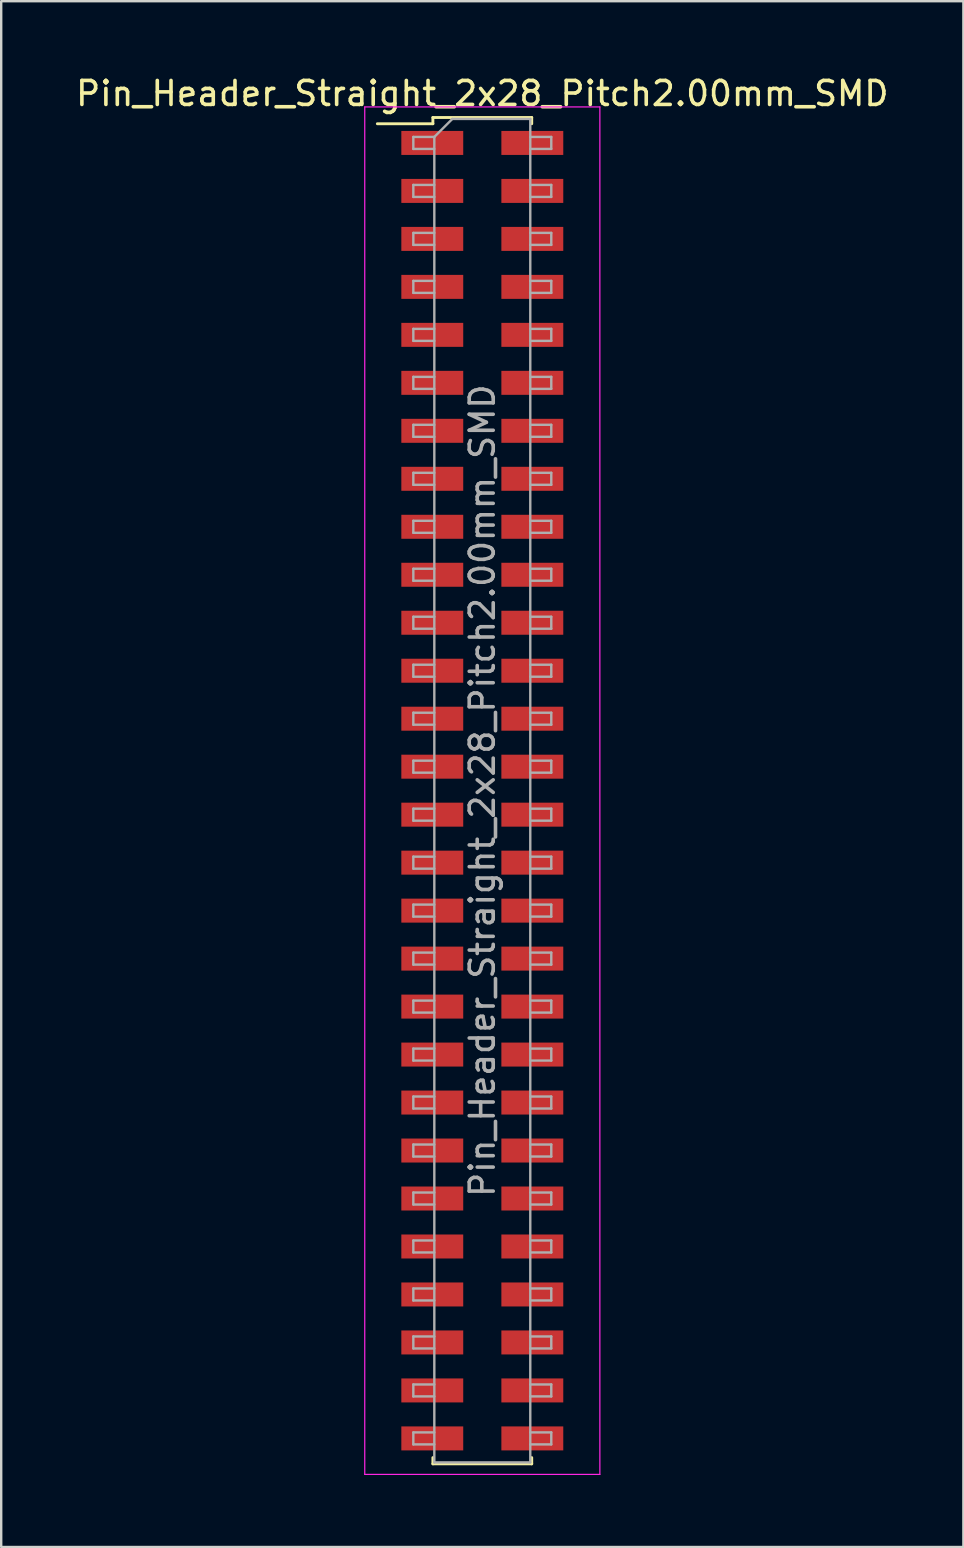
<source format=kicad_pcb>
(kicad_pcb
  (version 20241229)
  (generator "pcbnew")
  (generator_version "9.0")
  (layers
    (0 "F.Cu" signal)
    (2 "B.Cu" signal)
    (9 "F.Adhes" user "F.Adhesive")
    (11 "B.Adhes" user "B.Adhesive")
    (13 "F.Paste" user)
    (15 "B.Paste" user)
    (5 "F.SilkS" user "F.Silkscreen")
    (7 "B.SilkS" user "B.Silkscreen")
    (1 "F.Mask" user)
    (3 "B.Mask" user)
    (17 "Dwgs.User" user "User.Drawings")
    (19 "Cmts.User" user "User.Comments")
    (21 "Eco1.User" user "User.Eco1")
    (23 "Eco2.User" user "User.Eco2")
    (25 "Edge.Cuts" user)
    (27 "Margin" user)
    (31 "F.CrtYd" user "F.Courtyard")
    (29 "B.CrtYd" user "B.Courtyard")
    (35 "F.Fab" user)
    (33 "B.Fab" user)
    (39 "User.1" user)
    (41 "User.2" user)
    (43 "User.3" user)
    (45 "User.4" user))
  (footprint "Pin_Header_Straight_2x28_Pitch2.00mm_SMD"
    (layer "F.Cu")
    (at 17.054 29.908)
    (property "Reference" "Pin_Header_Straight_2x28_Pitch2.00mm_SMD" (at 0 -29.06 0) (layer "F.SilkS") (effects (font (size 1 1) (thickness 0.15))))
    (attr smd)
    (fp_line (start -4.375 -27.8) (end -2.06 -27.8) (stroke (width 0.12) (type solid)) (layer "F.SilkS"))
    (fp_line (start -2.06 -28.06) (end 2.06 -28.06) (stroke (width 0.12) (type solid)) (layer "F.SilkS"))
    (fp_line (start -2.06 -27.8) (end -2.06 -28.06) (stroke (width 0.12) (type solid)) (layer "F.SilkS"))
    (fp_line (start -2.06 27.8) (end -2.06 28.06) (stroke (width 0.12) (type solid)) (layer "F.SilkS"))
    (fp_line (start -2.06 28.06) (end 2.06 28.06) (stroke (width 0.12) (type solid)) (layer "F.SilkS"))
    (fp_line (start 2.06 -28.06) (end 2.06 -27.8) (stroke (width 0.12) (type solid)) (layer "F.SilkS"))
    (fp_line (start 2.06 28.06) (end 2.06 27.8) (stroke (width 0.12) (type solid)) (layer "F.SilkS"))
    (fp_line (start -4.9 -28.5) (end -4.9 28.5) (stroke (width 0.05) (type solid)) (layer "F.CrtYd"))
    (fp_line (start -4.9 28.5) (end 4.9 28.5) (stroke (width 0.05) (type solid)) (layer "F.CrtYd"))
    (fp_line (start 4.9 -28.5) (end -4.9 -28.5) (stroke (width 0.05) (type solid)) (layer "F.CrtYd"))
    (fp_line (start 4.9 28.5) (end 4.9 -28.5) (stroke (width 0.05) (type solid)) (layer "F.CrtYd"))
    (fp_line (start -2.875 -27.25) (end -2.875 -26.75) (stroke (width 0.1) (type solid)) (layer "F.Fab"))
    (fp_line (start -2.875 -26.75) (end -2 -26.75) (stroke (width 0.1) (type solid)) (layer "F.Fab"))
    (fp_line (start -2.875 -25.25) (end -2.875 -24.75) (stroke (width 0.1) (type solid)) (layer "F.Fab"))
    (fp_line (start -2.875 -24.75) (end -2 -24.75) (stroke (width 0.1) (type solid)) (layer "F.Fab"))
    (fp_line (start -2.875 -23.25) (end -2.875 -22.75) (stroke (width 0.1) (type solid)) (layer "F.Fab"))
    (fp_line (start -2.875 -22.75) (end -2 -22.75) (stroke (width 0.1) (type solid)) (layer "F.Fab"))
    (fp_line (start -2.875 -21.25) (end -2.875 -20.75) (stroke (width 0.1) (type solid)) (layer "F.Fab"))
    (fp_line (start -2.875 -20.75) (end -2 -20.75) (stroke (width 0.1) (type solid)) (layer "F.Fab"))
    (fp_line (start -2.875 -19.25) (end -2.875 -18.75) (stroke (width 0.1) (type solid)) (layer "F.Fab"))
    (fp_line (start -2.875 -18.75) (end -2 -18.75) (stroke (width 0.1) (type solid)) (layer "F.Fab"))
    (fp_line (start -2.875 -17.25) (end -2.875 -16.75) (stroke (width 0.1) (type solid)) (layer "F.Fab"))
    (fp_line (start -2.875 -16.75) (end -2 -16.75) (stroke (width 0.1) (type solid)) (layer "F.Fab"))
    (fp_line (start -2.875 -15.25) (end -2.875 -14.75) (stroke (width 0.1) (type solid)) (layer "F.Fab"))
    (fp_line (start -2.875 -14.75) (end -2 -14.75) (stroke (width 0.1) (type solid)) (layer "F.Fab"))
    (fp_line (start -2.875 -13.25) (end -2.875 -12.75) (stroke (width 0.1) (type solid)) (layer "F.Fab"))
    (fp_line (start -2.875 -12.75) (end -2 -12.75) (stroke (width 0.1) (type solid)) (layer "F.Fab"))
    (fp_line (start -2.875 -11.25) (end -2.875 -10.75) (stroke (width 0.1) (type solid)) (layer "F.Fab"))
    (fp_line (start -2.875 -10.75) (end -2 -10.75) (stroke (width 0.1) (type solid)) (layer "F.Fab"))
    (fp_line (start -2.875 -9.25) (end -2.875 -8.75) (stroke (width 0.1) (type solid)) (layer "F.Fab"))
    (fp_line (start -2.875 -8.75) (end -2 -8.75) (stroke (width 0.1) (type solid)) (layer "F.Fab"))
    (fp_line (start -2.875 -7.25) (end -2.875 -6.75) (stroke (width 0.1) (type solid)) (layer "F.Fab"))
    (fp_line (start -2.875 -6.75) (end -2 -6.75) (stroke (width 0.1) (type solid)) (layer "F.Fab"))
    (fp_line (start -2.875 -5.25) (end -2.875 -4.75) (stroke (width 0.1) (type solid)) (layer "F.Fab"))
    (fp_line (start -2.875 -4.75) (end -2 -4.75) (stroke (width 0.1) (type solid)) (layer "F.Fab"))
    (fp_line (start -2.875 -3.25) (end -2.875 -2.75) (stroke (width 0.1) (type solid)) (layer "F.Fab"))
    (fp_line (start -2.875 -2.75) (end -2 -2.75) (stroke (width 0.1) (type solid)) (layer "F.Fab"))
    (fp_line (start -2.875 -1.25) (end -2.875 -0.75) (stroke (width 0.1) (type solid)) (layer "F.Fab"))
    (fp_line (start -2.875 -0.75) (end -2 -0.75) (stroke (width 0.1) (type solid)) (layer "F.Fab"))
    (fp_line (start -2.875 0.75) (end -2.875 1.25) (stroke (width 0.1) (type solid)) (layer "F.Fab"))
    (fp_line (start -2.875 1.25) (end -2 1.25) (stroke (width 0.1) (type solid)) (layer "F.Fab"))
    (fp_line (start -2.875 2.75) (end -2.875 3.25) (stroke (width 0.1) (type solid)) (layer "F.Fab"))
    (fp_line (start -2.875 3.25) (end -2 3.25) (stroke (width 0.1) (type solid)) (layer "F.Fab"))
    (fp_line (start -2.875 4.75) (end -2.875 5.25) (stroke (width 0.1) (type solid)) (layer "F.Fab"))
    (fp_line (start -2.875 5.25) (end -2 5.25) (stroke (width 0.1) (type solid)) (layer "F.Fab"))
    (fp_line (start -2.875 6.75) (end -2.875 7.25) (stroke (width 0.1) (type solid)) (layer "F.Fab"))
    (fp_line (start -2.875 7.25) (end -2 7.25) (stroke (width 0.1) (type solid)) (layer "F.Fab"))
    (fp_line (start -2.875 8.75) (end -2.875 9.25) (stroke (width 0.1) (type solid)) (layer "F.Fab"))
    (fp_line (start -2.875 9.25) (end -2 9.25) (stroke (width 0.1) (type solid)) (layer "F.Fab"))
    (fp_line (start -2.875 10.75) (end -2.875 11.25) (stroke (width 0.1) (type solid)) (layer "F.Fab"))
    (fp_line (start -2.875 11.25) (end -2 11.25) (stroke (width 0.1) (type solid)) (layer "F.Fab"))
    (fp_line (start -2.875 12.75) (end -2.875 13.25) (stroke (width 0.1) (type solid)) (layer "F.Fab"))
    (fp_line (start -2.875 13.25) (end -2 13.25) (stroke (width 0.1) (type solid)) (layer "F.Fab"))
    (fp_line (start -2.875 14.75) (end -2.875 15.25) (stroke (width 0.1) (type solid)) (layer "F.Fab"))
    (fp_line (start -2.875 15.25) (end -2 15.25) (stroke (width 0.1) (type solid)) (layer "F.Fab"))
    (fp_line (start -2.875 16.75) (end -2.875 17.25) (stroke (width 0.1) (type solid)) (layer "F.Fab"))
    (fp_line (start -2.875 17.25) (end -2 17.25) (stroke (width 0.1) (type solid)) (layer "F.Fab"))
    (fp_line (start -2.875 18.75) (end -2.875 19.25) (stroke (width 0.1) (type solid)) (layer "F.Fab"))
    (fp_line (start -2.875 19.25) (end -2 19.25) (stroke (width 0.1) (type solid)) (layer "F.Fab"))
    (fp_line (start -2.875 20.75) (end -2.875 21.25) (stroke (width 0.1) (type solid)) (layer "F.Fab"))
    (fp_line (start -2.875 21.25) (end -2 21.25) (stroke (width 0.1) (type solid)) (layer "F.Fab"))
    (fp_line (start -2.875 22.75) (end -2.875 23.25) (stroke (width 0.1) (type solid)) (layer "F.Fab"))
    (fp_line (start -2.875 23.25) (end -2 23.25) (stroke (width 0.1) (type solid)) (layer "F.Fab"))
    (fp_line (start -2.875 24.75) (end -2.875 25.25) (stroke (width 0.1) (type solid)) (layer "F.Fab"))
    (fp_line (start -2.875 25.25) (end -2 25.25) (stroke (width 0.1) (type solid)) (layer "F.Fab"))
    (fp_line (start -2.875 26.75) (end -2.875 27.25) (stroke (width 0.1) (type solid)) (layer "F.Fab"))
    (fp_line (start -2.875 27.25) (end -2 27.25) (stroke (width 0.1) (type solid)) (layer "F.Fab"))
    (fp_line (start -2 -27.25) (end -2.875 -27.25) (stroke (width 0.1) (type solid)) (layer "F.Fab"))
    (fp_line (start -2 -27.25) (end -1.25 -28) (stroke (width 0.1) (type solid)) (layer "F.Fab"))
    (fp_line (start -2 -25.25) (end -2.875 -25.25) (stroke (width 0.1) (type solid)) (layer "F.Fab"))
    (fp_line (start -2 -23.25) (end -2.875 -23.25) (stroke (width 0.1) (type solid)) (layer "F.Fab"))
    (fp_line (start -2 -21.25) (end -2.875 -21.25) (stroke (width 0.1) (type solid)) (layer "F.Fab"))
    (fp_line (start -2 -19.25) (end -2.875 -19.25) (stroke (width 0.1) (type solid)) (layer "F.Fab"))
    (fp_line (start -2 -17.25) (end -2.875 -17.25) (stroke (width 0.1) (type solid)) (layer "F.Fab"))
    (fp_line (start -2 -15.25) (end -2.875 -15.25) (stroke (width 0.1) (type solid)) (layer "F.Fab"))
    (fp_line (start -2 -13.25) (end -2.875 -13.25) (stroke (width 0.1) (type solid)) (layer "F.Fab"))
    (fp_line (start -2 -11.25) (end -2.875 -11.25) (stroke (width 0.1) (type solid)) (layer "F.Fab"))
    (fp_line (start -2 -9.25) (end -2.875 -9.25) (stroke (width 0.1) (type solid)) (layer "F.Fab"))
    (fp_line (start -2 -7.25) (end -2.875 -7.25) (stroke (width 0.1) (type solid)) (layer "F.Fab"))
    (fp_line (start -2 -5.25) (end -2.875 -5.25) (stroke (width 0.1) (type solid)) (layer "F.Fab"))
    (fp_line (start -2 -3.25) (end -2.875 -3.25) (stroke (width 0.1) (type solid)) (layer "F.Fab"))
    (fp_line (start -2 -1.25) (end -2.875 -1.25) (stroke (width 0.1) (type solid)) (layer "F.Fab"))
    (fp_line (start -2 0.75) (end -2.875 0.75) (stroke (width 0.1) (type solid)) (layer "F.Fab"))
    (fp_line (start -2 2.75) (end -2.875 2.75) (stroke (width 0.1) (type solid)) (layer "F.Fab"))
    (fp_line (start -2 4.75) (end -2.875 4.75) (stroke (width 0.1) (type solid)) (layer "F.Fab"))
    (fp_line (start -2 6.75) (end -2.875 6.75) (stroke (width 0.1) (type solid)) (layer "F.Fab"))
    (fp_line (start -2 8.75) (end -2.875 8.75) (stroke (width 0.1) (type solid)) (layer "F.Fab"))
    (fp_line (start -2 10.75) (end -2.875 10.75) (stroke (width 0.1) (type solid)) (layer "F.Fab"))
    (fp_line (start -2 12.75) (end -2.875 12.75) (stroke (width 0.1) (type solid)) (layer "F.Fab"))
    (fp_line (start -2 14.75) (end -2.875 14.75) (stroke (width 0.1) (type solid)) (layer "F.Fab"))
    (fp_line (start -2 16.75) (end -2.875 16.75) (stroke (width 0.1) (type solid)) (layer "F.Fab"))
    (fp_line (start -2 18.75) (end -2.875 18.75) (stroke (width 0.1) (type solid)) (layer "F.Fab"))
    (fp_line (start -2 20.75) (end -2.875 20.75) (stroke (width 0.1) (type solid)) (layer "F.Fab"))
    (fp_line (start -2 22.75) (end -2.875 22.75) (stroke (width 0.1) (type solid)) (layer "F.Fab"))
    (fp_line (start -2 24.75) (end -2.875 24.75) (stroke (width 0.1) (type solid)) (layer "F.Fab"))
    (fp_line (start -2 26.75) (end -2.875 26.75) (stroke (width 0.1) (type solid)) (layer "F.Fab"))
    (fp_line (start -2 28) (end -2 -27.25) (stroke (width 0.1) (type solid)) (layer "F.Fab"))
    (fp_line (start -1.25 -28) (end 2 -28) (stroke (width 0.1) (type solid)) (layer "F.Fab"))
    (fp_line (start 2 -28) (end 2 28) (stroke (width 0.1) (type solid)) (layer "F.Fab"))
    (fp_line (start 2 -27.25) (end 2.875 -27.25) (stroke (width 0.1) (type solid)) (layer "F.Fab"))
    (fp_line (start 2 -25.25) (end 2.875 -25.25) (stroke (width 0.1) (type solid)) (layer "F.Fab"))
    (fp_line (start 2 -23.25) (end 2.875 -23.25) (stroke (width 0.1) (type solid)) (layer "F.Fab"))
    (fp_line (start 2 -21.25) (end 2.875 -21.25) (stroke (width 0.1) (type solid)) (layer "F.Fab"))
    (fp_line (start 2 -19.25) (end 2.875 -19.25) (stroke (width 0.1) (type solid)) (layer "F.Fab"))
    (fp_line (start 2 -17.25) (end 2.875 -17.25) (stroke (width 0.1) (type solid)) (layer "F.Fab"))
    (fp_line (start 2 -15.25) (end 2.875 -15.25) (stroke (width 0.1) (type solid)) (layer "F.Fab"))
    (fp_line (start 2 -13.25) (end 2.875 -13.25) (stroke (width 0.1) (type solid)) (layer "F.Fab"))
    (fp_line (start 2 -11.25) (end 2.875 -11.25) (stroke (width 0.1) (type solid)) (layer "F.Fab"))
    (fp_line (start 2 -9.25) (end 2.875 -9.25) (stroke (width 0.1) (type solid)) (layer "F.Fab"))
    (fp_line (start 2 -7.25) (end 2.875 -7.25) (stroke (width 0.1) (type solid)) (layer "F.Fab"))
    (fp_line (start 2 -5.25) (end 2.875 -5.25) (stroke (width 0.1) (type solid)) (layer "F.Fab"))
    (fp_line (start 2 -3.25) (end 2.875 -3.25) (stroke (width 0.1) (type solid)) (layer "F.Fab"))
    (fp_line (start 2 -1.25) (end 2.875 -1.25) (stroke (width 0.1) (type solid)) (layer "F.Fab"))
    (fp_line (start 2 0.75) (end 2.875 0.75) (stroke (width 0.1) (type solid)) (layer "F.Fab"))
    (fp_line (start 2 2.75) (end 2.875 2.75) (stroke (width 0.1) (type solid)) (layer "F.Fab"))
    (fp_line (start 2 4.75) (end 2.875 4.75) (stroke (width 0.1) (type solid)) (layer "F.Fab"))
    (fp_line (start 2 6.75) (end 2.875 6.75) (stroke (width 0.1) (type solid)) (layer "F.Fab"))
    (fp_line (start 2 8.75) (end 2.875 8.75) (stroke (width 0.1) (type solid)) (layer "F.Fab"))
    (fp_line (start 2 10.75) (end 2.875 10.75) (stroke (width 0.1) (type solid)) (layer "F.Fab"))
    (fp_line (start 2 12.75) (end 2.875 12.75) (stroke (width 0.1) (type solid)) (layer "F.Fab"))
    (fp_line (start 2 14.75) (end 2.875 14.75) (stroke (width 0.1) (type solid)) (layer "F.Fab"))
    (fp_line (start 2 16.75) (end 2.875 16.75) (stroke (width 0.1) (type solid)) (layer "F.Fab"))
    (fp_line (start 2 18.75) (end 2.875 18.75) (stroke (width 0.1) (type solid)) (layer "F.Fab"))
    (fp_line (start 2 20.75) (end 2.875 20.75) (stroke (width 0.1) (type solid)) (layer "F.Fab"))
    (fp_line (start 2 22.75) (end 2.875 22.75) (stroke (width 0.1) (type solid)) (layer "F.Fab"))
    (fp_line (start 2 24.75) (end 2.875 24.75) (stroke (width 0.1) (type solid)) (layer "F.Fab"))
    (fp_line (start 2 26.75) (end 2.875 26.75) (stroke (width 0.1) (type solid)) (layer "F.Fab"))
    (fp_line (start 2 28) (end -2 28) (stroke (width 0.1) (type solid)) (layer "F.Fab"))
    (fp_line (start 2.875 -27.25) (end 2.875 -26.75) (stroke (width 0.1) (type solid)) (layer "F.Fab"))
    (fp_line (start 2.875 -26.75) (end 2 -26.75) (stroke (width 0.1) (type solid)) (layer "F.Fab"))
    (fp_line (start 2.875 -25.25) (end 2.875 -24.75) (stroke (width 0.1) (type solid)) (layer "F.Fab"))
    (fp_line (start 2.875 -24.75) (end 2 -24.75) (stroke (width 0.1) (type solid)) (layer "F.Fab"))
    (fp_line (start 2.875 -23.25) (end 2.875 -22.75) (stroke (width 0.1) (type solid)) (layer "F.Fab"))
    (fp_line (start 2.875 -22.75) (end 2 -22.75) (stroke (width 0.1) (type solid)) (layer "F.Fab"))
    (fp_line (start 2.875 -21.25) (end 2.875 -20.75) (stroke (width 0.1) (type solid)) (layer "F.Fab"))
    (fp_line (start 2.875 -20.75) (end 2 -20.75) (stroke (width 0.1) (type solid)) (layer "F.Fab"))
    (fp_line (start 2.875 -19.25) (end 2.875 -18.75) (stroke (width 0.1) (type solid)) (layer "F.Fab"))
    (fp_line (start 2.875 -18.75) (end 2 -18.75) (stroke (width 0.1) (type solid)) (layer "F.Fab"))
    (fp_line (start 2.875 -17.25) (end 2.875 -16.75) (stroke (width 0.1) (type solid)) (layer "F.Fab"))
    (fp_line (start 2.875 -16.75) (end 2 -16.75) (stroke (width 0.1) (type solid)) (layer "F.Fab"))
    (fp_line (start 2.875 -15.25) (end 2.875 -14.75) (stroke (width 0.1) (type solid)) (layer "F.Fab"))
    (fp_line (start 2.875 -14.75) (end 2 -14.75) (stroke (width 0.1) (type solid)) (layer "F.Fab"))
    (fp_line (start 2.875 -13.25) (end 2.875 -12.75) (stroke (width 0.1) (type solid)) (layer "F.Fab"))
    (fp_line (start 2.875 -12.75) (end 2 -12.75) (stroke (width 0.1) (type solid)) (layer "F.Fab"))
    (fp_line (start 2.875 -11.25) (end 2.875 -10.75) (stroke (width 0.1) (type solid)) (layer "F.Fab"))
    (fp_line (start 2.875 -10.75) (end 2 -10.75) (stroke (width 0.1) (type solid)) (layer "F.Fab"))
    (fp_line (start 2.875 -9.25) (end 2.875 -8.75) (stroke (width 0.1) (type solid)) (layer "F.Fab"))
    (fp_line (start 2.875 -8.75) (end 2 -8.75) (stroke (width 0.1) (type solid)) (layer "F.Fab"))
    (fp_line (start 2.875 -7.25) (end 2.875 -6.75) (stroke (width 0.1) (type solid)) (layer "F.Fab"))
    (fp_line (start 2.875 -6.75) (end 2 -6.75) (stroke (width 0.1) (type solid)) (layer "F.Fab"))
    (fp_line (start 2.875 -5.25) (end 2.875 -4.75) (stroke (width 0.1) (type solid)) (layer "F.Fab"))
    (fp_line (start 2.875 -4.75) (end 2 -4.75) (stroke (width 0.1) (type solid)) (layer "F.Fab"))
    (fp_line (start 2.875 -3.25) (end 2.875 -2.75) (stroke (width 0.1) (type solid)) (layer "F.Fab"))
    (fp_line (start 2.875 -2.75) (end 2 -2.75) (stroke (width 0.1) (type solid)) (layer "F.Fab"))
    (fp_line (start 2.875 -1.25) (end 2.875 -0.75) (stroke (width 0.1) (type solid)) (layer "F.Fab"))
    (fp_line (start 2.875 -0.75) (end 2 -0.75) (stroke (width 0.1) (type solid)) (layer "F.Fab"))
    (fp_line (start 2.875 0.75) (end 2.875 1.25) (stroke (width 0.1) (type solid)) (layer "F.Fab"))
    (fp_line (start 2.875 1.25) (end 2 1.25) (stroke (width 0.1) (type solid)) (layer "F.Fab"))
    (fp_line (start 2.875 2.75) (end 2.875 3.25) (stroke (width 0.1) (type solid)) (layer "F.Fab"))
    (fp_line (start 2.875 3.25) (end 2 3.25) (stroke (width 0.1) (type solid)) (layer "F.Fab"))
    (fp_line (start 2.875 4.75) (end 2.875 5.25) (stroke (width 0.1) (type solid)) (layer "F.Fab"))
    (fp_line (start 2.875 5.25) (end 2 5.25) (stroke (width 0.1) (type solid)) (layer "F.Fab"))
    (fp_line (start 2.875 6.75) (end 2.875 7.25) (stroke (width 0.1) (type solid)) (layer "F.Fab"))
    (fp_line (start 2.875 7.25) (end 2 7.25) (stroke (width 0.1) (type solid)) (layer "F.Fab"))
    (fp_line (start 2.875 8.75) (end 2.875 9.25) (stroke (width 0.1) (type solid)) (layer "F.Fab"))
    (fp_line (start 2.875 9.25) (end 2 9.25) (stroke (width 0.1) (type solid)) (layer "F.Fab"))
    (fp_line (start 2.875 10.75) (end 2.875 11.25) (stroke (width 0.1) (type solid)) (layer "F.Fab"))
    (fp_line (start 2.875 11.25) (end 2 11.25) (stroke (width 0.1) (type solid)) (layer "F.Fab"))
    (fp_line (start 2.875 12.75) (end 2.875 13.25) (stroke (width 0.1) (type solid)) (layer "F.Fab"))
    (fp_line (start 2.875 13.25) (end 2 13.25) (stroke (width 0.1) (type solid)) (layer "F.Fab"))
    (fp_line (start 2.875 14.75) (end 2.875 15.25) (stroke (width 0.1) (type solid)) (layer "F.Fab"))
    (fp_line (start 2.875 15.25) (end 2 15.25) (stroke (width 0.1) (type solid)) (layer "F.Fab"))
    (fp_line (start 2.875 16.75) (end 2.875 17.25) (stroke (width 0.1) (type solid)) (layer "F.Fab"))
    (fp_line (start 2.875 17.25) (end 2 17.25) (stroke (width 0.1) (type solid)) (layer "F.Fab"))
    (fp_line (start 2.875 18.75) (end 2.875 19.25) (stroke (width 0.1) (type solid)) (layer "F.Fab"))
    (fp_line (start 2.875 19.25) (end 2 19.25) (stroke (width 0.1) (type solid)) (layer "F.Fab"))
    (fp_line (start 2.875 20.75) (end 2.875 21.25) (stroke (width 0.1) (type solid)) (layer "F.Fab"))
    (fp_line (start 2.875 21.25) (end 2 21.25) (stroke (width 0.1) (type solid)) (layer "F.Fab"))
    (fp_line (start 2.875 22.75) (end 2.875 23.25) (stroke (width 0.1) (type solid)) (layer "F.Fab"))
    (fp_line (start 2.875 23.25) (end 2 23.25) (stroke (width 0.1) (type solid)) (layer "F.Fab"))
    (fp_line (start 2.875 24.75) (end 2.875 25.25) (stroke (width 0.1) (type solid)) (layer "F.Fab"))
    (fp_line (start 2.875 25.25) (end 2 25.25) (stroke (width 0.1) (type solid)) (layer "F.Fab"))
    (fp_line (start 2.875 26.75) (end 2.875 27.25) (stroke (width 0.1) (type solid)) (layer "F.Fab"))
    (fp_line (start 2.875 27.25) (end 2 27.25) (stroke (width 0.1) (type solid)) (layer "F.Fab"))
    (fp_text user "${REFERENCE}" (at 0 0 90) (layer "F.Fab") (effects (font (size 1 1) (thickness 0.15))))
    (pad "1" smd rect (at -2.085 -27) (size 2.58 1) (layers "F.Cu" "F.Mask" "F.Paste"))
    (pad "2" smd rect (at 2.085 -27) (size 2.58 1) (layers "F.Cu" "F.Mask" "F.Paste"))
    (pad "3" smd rect (at -2.085 -25) (size 2.58 1) (layers "F.Cu" "F.Mask" "F.Paste"))
    (pad "4" smd rect (at 2.085 -25) (size 2.58 1) (layers "F.Cu" "F.Mask" "F.Paste"))
    (pad "5" smd rect (at -2.085 -23) (size 2.58 1) (layers "F.Cu" "F.Mask" "F.Paste"))
    (pad "6" smd rect (at 2.085 -23) (size 2.58 1) (layers "F.Cu" "F.Mask" "F.Paste"))
    (pad "7" smd rect (at -2.085 -21) (size 2.58 1) (layers "F.Cu" "F.Mask" "F.Paste"))
    (pad "8" smd rect (at 2.085 -21) (size 2.58 1) (layers "F.Cu" "F.Mask" "F.Paste"))
    (pad "9" smd rect (at -2.085 -19) (size 2.58 1) (layers "F.Cu" "F.Mask" "F.Paste"))
    (pad "10" smd rect (at 2.085 -19) (size 2.58 1) (layers "F.Cu" "F.Mask" "F.Paste"))
    (pad "11" smd rect (at -2.085 -17) (size 2.58 1) (layers "F.Cu" "F.Mask" "F.Paste"))
    (pad "12" smd rect (at 2.085 -17) (size 2.58 1) (layers "F.Cu" "F.Mask" "F.Paste"))
    (pad "13" smd rect (at -2.085 -15) (size 2.58 1) (layers "F.Cu" "F.Mask" "F.Paste"))
    (pad "14" smd rect (at 2.085 -15) (size 2.58 1) (layers "F.Cu" "F.Mask" "F.Paste"))
    (pad "15" smd rect (at -2.085 -13) (size 2.58 1) (layers "F.Cu" "F.Mask" "F.Paste"))
    (pad "16" smd rect (at 2.085 -13) (size 2.58 1) (layers "F.Cu" "F.Mask" "F.Paste"))
    (pad "17" smd rect (at -2.085 -11) (size 2.58 1) (layers "F.Cu" "F.Mask" "F.Paste"))
    (pad "18" smd rect (at 2.085 -11) (size 2.58 1) (layers "F.Cu" "F.Mask" "F.Paste"))
    (pad "19" smd rect (at -2.085 -9) (size 2.58 1) (layers "F.Cu" "F.Mask" "F.Paste"))
    (pad "20" smd rect (at 2.085 -9) (size 2.58 1) (layers "F.Cu" "F.Mask" "F.Paste"))
    (pad "21" smd rect (at -2.085 -7) (size 2.58 1) (layers "F.Cu" "F.Mask" "F.Paste"))
    (pad "22" smd rect (at 2.085 -7) (size 2.58 1) (layers "F.Cu" "F.Mask" "F.Paste"))
    (pad "23" smd rect (at -2.085 -5) (size 2.58 1) (layers "F.Cu" "F.Mask" "F.Paste"))
    (pad "24" smd rect (at 2.085 -5) (size 2.58 1) (layers "F.Cu" "F.Mask" "F.Paste"))
    (pad "25" smd rect (at -2.085 -3) (size 2.58 1) (layers "F.Cu" "F.Mask" "F.Paste"))
    (pad "26" smd rect (at 2.085 -3) (size 2.58 1) (layers "F.Cu" "F.Mask" "F.Paste"))
    (pad "27" smd rect (at -2.085 -1) (size 2.58 1) (layers "F.Cu" "F.Mask" "F.Paste"))
    (pad "28" smd rect (at 2.085 -1) (size 2.58 1) (layers "F.Cu" "F.Mask" "F.Paste"))
    (pad "29" smd rect (at -2.085 1) (size 2.58 1) (layers "F.Cu" "F.Mask" "F.Paste"))
    (pad "30" smd rect (at 2.085 1) (size 2.58 1) (layers "F.Cu" "F.Mask" "F.Paste"))
    (pad "31" smd rect (at -2.085 3) (size 2.58 1) (layers "F.Cu" "F.Mask" "F.Paste"))
    (pad "32" smd rect (at 2.085 3) (size 2.58 1) (layers "F.Cu" "F.Mask" "F.Paste"))
    (pad "33" smd rect (at -2.085 5) (size 2.58 1) (layers "F.Cu" "F.Mask" "F.Paste"))
    (pad "34" smd rect (at 2.085 5) (size 2.58 1) (layers "F.Cu" "F.Mask" "F.Paste"))
    (pad "35" smd rect (at -2.085 7) (size 2.58 1) (layers "F.Cu" "F.Mask" "F.Paste"))
    (pad "36" smd rect (at 2.085 7) (size 2.58 1) (layers "F.Cu" "F.Mask" "F.Paste"))
    (pad "37" smd rect (at -2.085 9) (size 2.58 1) (layers "F.Cu" "F.Mask" "F.Paste"))
    (pad "38" smd rect (at 2.085 9) (size 2.58 1) (layers "F.Cu" "F.Mask" "F.Paste"))
    (pad "39" smd rect (at -2.085 11) (size 2.58 1) (layers "F.Cu" "F.Mask" "F.Paste"))
    (pad "40" smd rect (at 2.085 11) (size 2.58 1) (layers "F.Cu" "F.Mask" "F.Paste"))
    (pad "41" smd rect (at -2.085 13) (size 2.58 1) (layers "F.Cu" "F.Mask" "F.Paste"))
    (pad "42" smd rect (at 2.085 13) (size 2.58 1) (layers "F.Cu" "F.Mask" "F.Paste"))
    (pad "43" smd rect (at -2.085 15) (size 2.58 1) (layers "F.Cu" "F.Mask" "F.Paste"))
    (pad "44" smd rect (at 2.085 15) (size 2.58 1) (layers "F.Cu" "F.Mask" "F.Paste"))
    (pad "45" smd rect (at -2.085 17) (size 2.58 1) (layers "F.Cu" "F.Mask" "F.Paste"))
    (pad "46" smd rect (at 2.085 17) (size 2.58 1) (layers "F.Cu" "F.Mask" "F.Paste"))
    (pad "47" smd rect (at -2.085 19) (size 2.58 1) (layers "F.Cu" "F.Mask" "F.Paste"))
    (pad "48" smd rect (at 2.085 19) (size 2.58 1) (layers "F.Cu" "F.Mask" "F.Paste"))
    (pad "49" smd rect (at -2.085 21) (size 2.58 1) (layers "F.Cu" "F.Mask" "F.Paste"))
    (pad "50" smd rect (at 2.085 21) (size 2.58 1) (layers "F.Cu" "F.Mask" "F.Paste"))
    (pad "51" smd rect (at -2.085 23) (size 2.58 1) (layers "F.Cu" "F.Mask" "F.Paste"))
    (pad "52" smd rect (at 2.085 23) (size 2.58 1) (layers "F.Cu" "F.Mask" "F.Paste"))
    (pad "53" smd rect (at -2.085 25) (size 2.58 1) (layers "F.Cu" "F.Mask" "F.Paste"))
    (pad "54" smd rect (at 2.085 25) (size 2.58 1) (layers "F.Cu" "F.Mask" "F.Paste"))
    (pad "55" smd rect (at -2.085 27) (size 2.58 1) (layers "F.Cu" "F.Mask" "F.Paste"))
    (pad "56" smd rect (at 2.085 27) (size 2.58 1) (layers "F.Cu" "F.Mask" "F.Paste")))
  (gr_rect
    (start -3 -3)
    (end 37.107 61.433)
    (stroke (width 0.1) (type default))
    (fill no)
    (layer "Edge.Cuts")))
</source>
